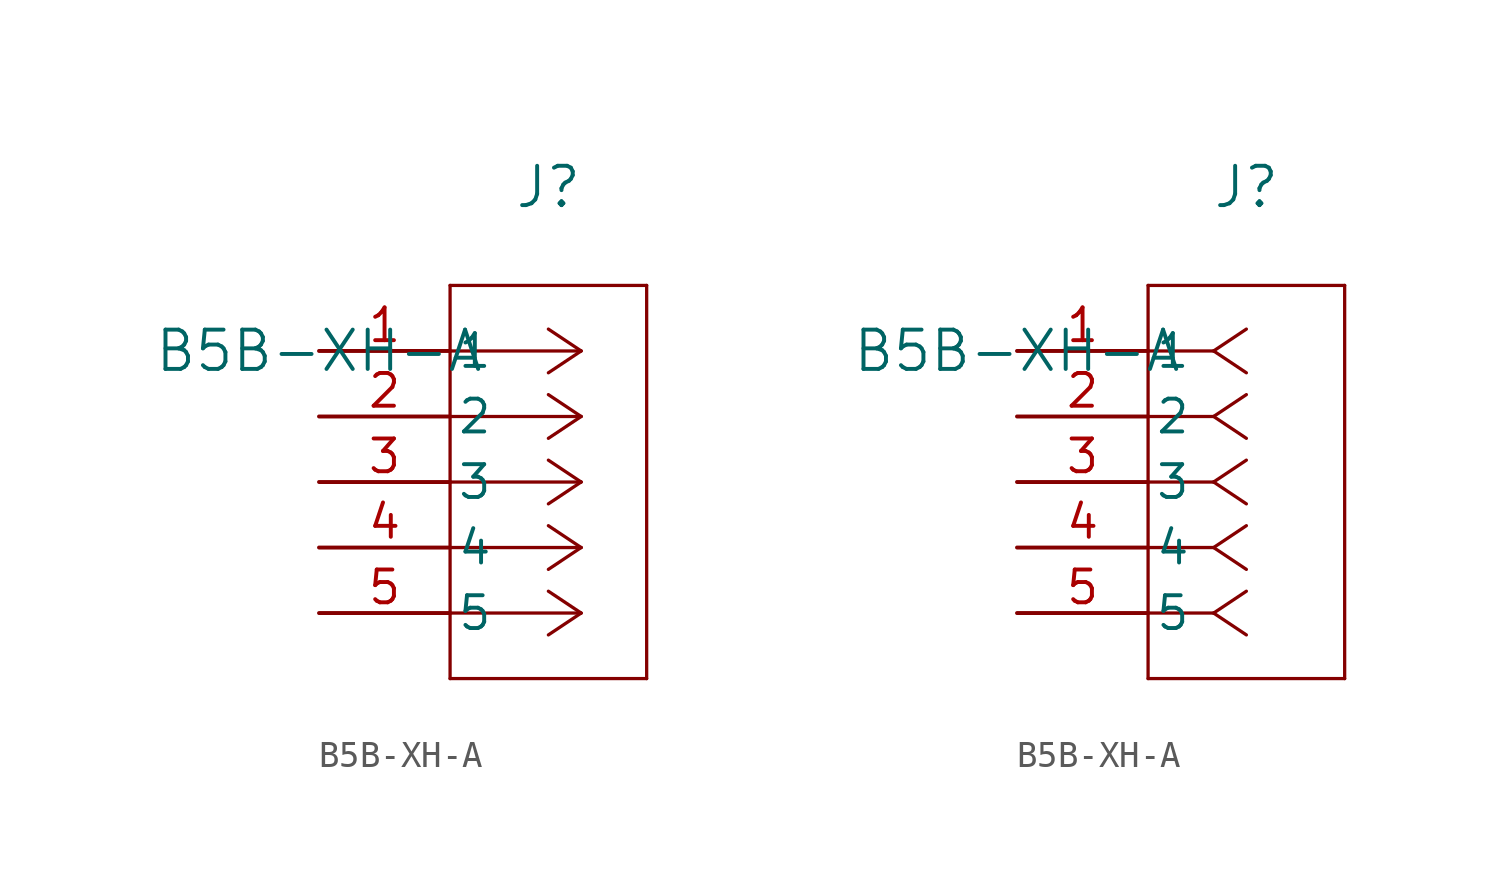
<source format=kicad_sym>
(kicad_symbol_lib
  (version 20211014)
  (generator kicad_symbol_editor)
  (symbol "B5B-XH-A"
    (pin_names
      (offset 0.254))
    (property "Reference" "J"
      (at 8.89 6.35 0)
      (effects (font (size 1.524 1.524))))
    (property "Value" "B5B-XH-A"
      (at 0 0 0)
      (effects (font (size 1.524 1.524))))
    (symbol "B5B-XH-A_1_1"
      (polyline (pts (xy 10.16 0) (xy 5.08 0)) (stroke (width 0.127) (type default) (color 0 0 0 0)) (fill (type none)))
      (polyline (pts (xy 10.16 -2.54) (xy 5.08 -2.54)) (stroke (width 0.127) (type default) (color 0 0 0 0)) (fill (type none)))
      (polyline (pts (xy 10.16 -5.08) (xy 5.08 -5.08)) (stroke (width 0.127) (type default) (color 0 0 0 0)) (fill (type none)))
      (polyline (pts (xy 10.16 -7.62) (xy 5.08 -7.62)) (stroke (width 0.127) (type default) (color 0 0 0 0)) (fill (type none)))
      (polyline (pts (xy 10.16 -10.16) (xy 5.08 -10.16)) (stroke (width 0.127) (type default) (color 0 0 0 0)) (fill (type none)))
      (polyline (pts (xy 10.16 0) (xy 8.89 0.847)) (stroke (width 0.127) (type default) (color 0 0 0 0)) (fill (type none)))
      (polyline (pts (xy 10.16 -2.54) (xy 8.89 -1.693)) (stroke (width 0.127) (type default) (color 0 0 0 0)) (fill (type none)))
      (polyline (pts (xy 10.16 -5.08) (xy 8.89 -4.233)) (stroke (width 0.127) (type default) (color 0 0 0 0)) (fill (type none)))
      (polyline (pts (xy 10.16 -7.62) (xy 8.89 -6.773)) (stroke (width 0.127) (type default) (color 0 0 0 0)) (fill (type none)))
      (polyline (pts (xy 10.16 -10.16) (xy 8.89 -9.313)) (stroke (width 0.127) (type default) (color 0 0 0 0)) (fill (type none)))
      (polyline (pts (xy 10.16 0) (xy 8.89 -0.847)) (stroke (width 0.127) (type default) (color 0 0 0 0)) (fill (type none)))
      (polyline (pts (xy 10.16 -2.54) (xy 8.89 -3.387)) (stroke (width 0.127) (type default) (color 0 0 0 0)) (fill (type none)))
      (polyline (pts (xy 10.16 -5.08) (xy 8.89 -5.927)) (stroke (width 0.127) (type default) (color 0 0 0 0)) (fill (type none)))
      (polyline (pts (xy 10.16 -7.62) (xy 8.89 -8.467)) (stroke (width 0.127) (type default) (color 0 0 0 0)) (fill (type none)))
      (polyline (pts (xy 10.16 -10.16) (xy 8.89 -11.007)) (stroke (width 0.127) (type default) (color 0 0 0 0)) (fill (type none)))
      (polyline (pts (xy 5.08 2.54) (xy 5.08 -12.7)) (stroke (width 0.127) (type default) (color 0 0 0 0)) (fill (type none)))
      (polyline (pts (xy 5.08 -12.7) (xy 12.7 -12.7)) (stroke (width 0.127) (type default) (color 0 0 0 0)) (fill (type none)))
      (polyline (pts (xy 12.7 -12.7) (xy 12.7 2.54)) (stroke (width 0.127) (type default) (color 0 0 0 0)) (fill (type none)))
      (polyline (pts (xy 12.7 2.54) (xy 5.08 2.54)) (stroke (width 0.127) (type default) (color 0 0 0 0)) (fill (type none)))
      (pin unspecified line (at 0 0 0) (length 5.08) (name "1" (effects (font (size 1.27 1.27)))) (number "1" (effects (font (size 1.27 1.27)))))
      (pin unspecified line (at 0 -2.54 0) (length 5.08) (name "2" (effects (font (size 1.27 1.27)))) (number "2" (effects (font (size 1.27 1.27)))))
      (pin unspecified line (at 0 -5.08 0) (length 5.08) (name "3" (effects (font (size 1.27 1.27)))) (number "3" (effects (font (size 1.27 1.27)))))
      (pin unspecified line (at 0 -7.62 0) (length 5.08) (name "4" (effects (font (size 1.27 1.27)))) (number "4" (effects (font (size 1.27 1.27)))))
      (pin unspecified line (at 0 -10.16 0) (length 5.08) (name "5" (effects (font (size 1.27 1.27)))) (number "5" (effects (font (size 1.27 1.27))))))
    (symbol "B5B-XH-A_1_2"
      (polyline (pts (xy 7.62 0) (xy 5.08 0)) (stroke (width 0.127) (type default) (color 0 0 0 0)) (fill (type none)))
      (polyline (pts (xy 7.62 -2.54) (xy 5.08 -2.54)) (stroke (width 0.127) (type default) (color 0 0 0 0)) (fill (type none)))
      (polyline (pts (xy 7.62 -5.08) (xy 5.08 -5.08)) (stroke (width 0.127) (type default) (color 0 0 0 0)) (fill (type none)))
      (polyline (pts (xy 7.62 -7.62) (xy 5.08 -7.62)) (stroke (width 0.127) (type default) (color 0 0 0 0)) (fill (type none)))
      (polyline (pts (xy 7.62 -10.16) (xy 5.08 -10.16)) (stroke (width 0.127) (type default) (color 0 0 0 0)) (fill (type none)))
      (polyline (pts (xy 7.62 0) (xy 8.89 0.847)) (stroke (width 0.127) (type default) (color 0 0 0 0)) (fill (type none)))
      (polyline (pts (xy 7.62 -2.54) (xy 8.89 -1.693)) (stroke (width 0.127) (type default) (color 0 0 0 0)) (fill (type none)))
      (polyline (pts (xy 7.62 -5.08) (xy 8.89 -4.233)) (stroke (width 0.127) (type default) (color 0 0 0 0)) (fill (type none)))
      (polyline (pts (xy 7.62 -7.62) (xy 8.89 -6.773)) (stroke (width 0.127) (type default) (color 0 0 0 0)) (fill (type none)))
      (polyline (pts (xy 7.62 -10.16) (xy 8.89 -9.313)) (stroke (width 0.127) (type default) (color 0 0 0 0)) (fill (type none)))
      (polyline (pts (xy 7.62 0) (xy 8.89 -0.847)) (stroke (width 0.127) (type default) (color 0 0 0 0)) (fill (type none)))
      (polyline (pts (xy 7.62 -2.54) (xy 8.89 -3.387)) (stroke (width 0.127) (type default) (color 0 0 0 0)) (fill (type none)))
      (polyline (pts (xy 7.62 -5.08) (xy 8.89 -5.927)) (stroke (width 0.127) (type default) (color 0 0 0 0)) (fill (type none)))
      (polyline (pts (xy 7.62 -7.62) (xy 8.89 -8.467)) (stroke (width 0.127) (type default) (color 0 0 0 0)) (fill (type none)))
      (polyline (pts (xy 7.62 -10.16) (xy 8.89 -11.007)) (stroke (width 0.127) (type default) (color 0 0 0 0)) (fill (type none)))
      (polyline (pts (xy 5.08 2.54) (xy 5.08 -12.7)) (stroke (width 0.127) (type default) (color 0 0 0 0)) (fill (type none)))
      (polyline (pts (xy 5.08 -12.7) (xy 12.7 -12.7)) (stroke (width 0.127) (type default) (color 0 0 0 0)) (fill (type none)))
      (polyline (pts (xy 12.7 -12.7) (xy 12.7 2.54)) (stroke (width 0.127) (type default) (color 0 0 0 0)) (fill (type none)))
      (polyline (pts (xy 12.7 2.54) (xy 5.08 2.54)) (stroke (width 0.127) (type default) (color 0 0 0 0)) (fill (type none)))
      (pin unspecified line (at 0 0 0) (length 5.08) (name "1" (effects (font (size 1.27 1.27)))) (number "1" (effects (font (size 1.27 1.27)))))
      (pin unspecified line (at 0 -2.54 0) (length 5.08) (name "2" (effects (font (size 1.27 1.27)))) (number "2" (effects (font (size 1.27 1.27)))))
      (pin unspecified line (at 0 -5.08 0) (length 5.08) (name "3" (effects (font (size 1.27 1.27)))) (number "3" (effects (font (size 1.27 1.27)))))
      (pin unspecified line (at 0 -7.62 0) (length 5.08) (name "4" (effects (font (size 1.27 1.27)))) (number "4" (effects (font (size 1.27 1.27)))))
      (pin unspecified line (at 0 -10.16 0) (length 5.08) (name "5" (effects (font (size 1.27 1.27)))) (number "5" (effects (font (size 1.27 1.27))))))))
</source>
